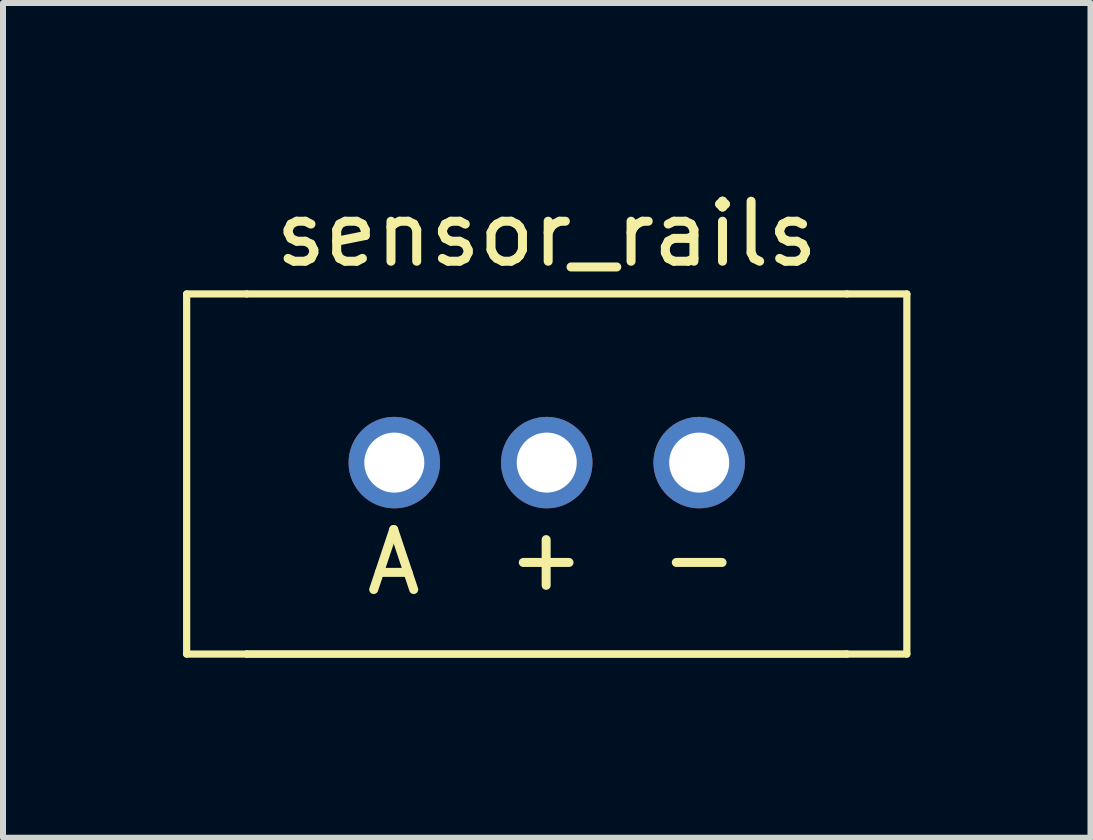
<source format=kicad_pcb>
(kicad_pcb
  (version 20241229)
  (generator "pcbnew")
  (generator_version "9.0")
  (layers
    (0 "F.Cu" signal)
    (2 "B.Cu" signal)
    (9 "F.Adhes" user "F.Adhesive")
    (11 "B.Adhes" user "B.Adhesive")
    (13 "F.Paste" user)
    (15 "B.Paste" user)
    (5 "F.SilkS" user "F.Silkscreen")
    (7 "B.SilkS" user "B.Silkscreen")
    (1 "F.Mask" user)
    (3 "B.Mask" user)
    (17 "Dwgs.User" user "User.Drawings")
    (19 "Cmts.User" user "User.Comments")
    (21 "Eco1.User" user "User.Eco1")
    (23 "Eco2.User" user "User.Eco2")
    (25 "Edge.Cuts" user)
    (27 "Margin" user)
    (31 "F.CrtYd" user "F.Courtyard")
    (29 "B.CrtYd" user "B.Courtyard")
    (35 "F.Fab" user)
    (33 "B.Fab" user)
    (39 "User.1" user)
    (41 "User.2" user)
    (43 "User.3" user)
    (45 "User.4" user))
  (footprint "sensor_rails"
    (layer "F.Cu")
    (at 6.06 0.848)
    (property "Reference" "sensor_rails" (at 0 0 0) (layer "F.SilkS") (effects (font (size 1 1) (thickness 0.15))))
    (attr through_hole)
    (fp_line (start -6 1) (end -5 1) (stroke (width 0.12) (type solid)) (layer "F.SilkS"))
    (fp_line (start -6 7) (end -6 1) (stroke (width 0.12) (type solid)) (layer "F.SilkS"))
    (fp_line (start -5 7) (end -6 7) (stroke (width 0.12) (type solid)) (layer "F.SilkS"))
    (fp_line (start -5 7) (end 5 7) (stroke (width 0.12) (type solid)) (layer "F.SilkS"))
    (fp_line (start 5 1) (end -5 1) (stroke (width 0.12) (type solid)) (layer "F.SilkS"))
    (fp_line (start 5 1) (end 6 1) (stroke (width 0.12) (type solid)) (layer "F.SilkS"))
    (fp_line (start 5 7) (end -5 7) (stroke (width 0.12) (type solid)) (layer "F.SilkS"))
    (fp_line (start 6 1) (end 6 7) (stroke (width 0.12) (type solid)) (layer "F.SilkS"))
    (fp_line (start 6 7) (end 5 7) (stroke (width 0.12) (type solid)) (layer "F.SilkS"))
    (fp_text user "+" (at -0.01 5.4 0) (layer "F.SilkS") (effects (font (size 1 1) (thickness 0.15))))
    (fp_text user "-" (at 2.54 5.4 0) (layer "F.SilkS") (effects (font (size 1 1) (thickness 0.15))))
    (fp_text user "A" (at -2.55 5.47 0) (layer "F.SilkS") (effects (font (size 1 1) (thickness 0.15))))
    (pad "1" thru_hole circle (at -2.54 3.81) (size 1.524 1.524) (drill 1) (layers "*.Cu" "*.Mask"))
    (pad "2" thru_hole circle (at 0 3.81) (size 1.524 1.524) (drill 1) (layers "*.Cu" "*.Mask"))
    (pad "3" thru_hole circle (at 2.54 3.81) (size 1.524 1.524) (drill 1) (layers "*.Cu" "*.Mask")))
  (gr_rect
    (start -3 -3)
    (end 15.12 10.908)
    (stroke (width 0.1) (type default))
    (fill no)
    (layer "Edge.Cuts")))
</source>
